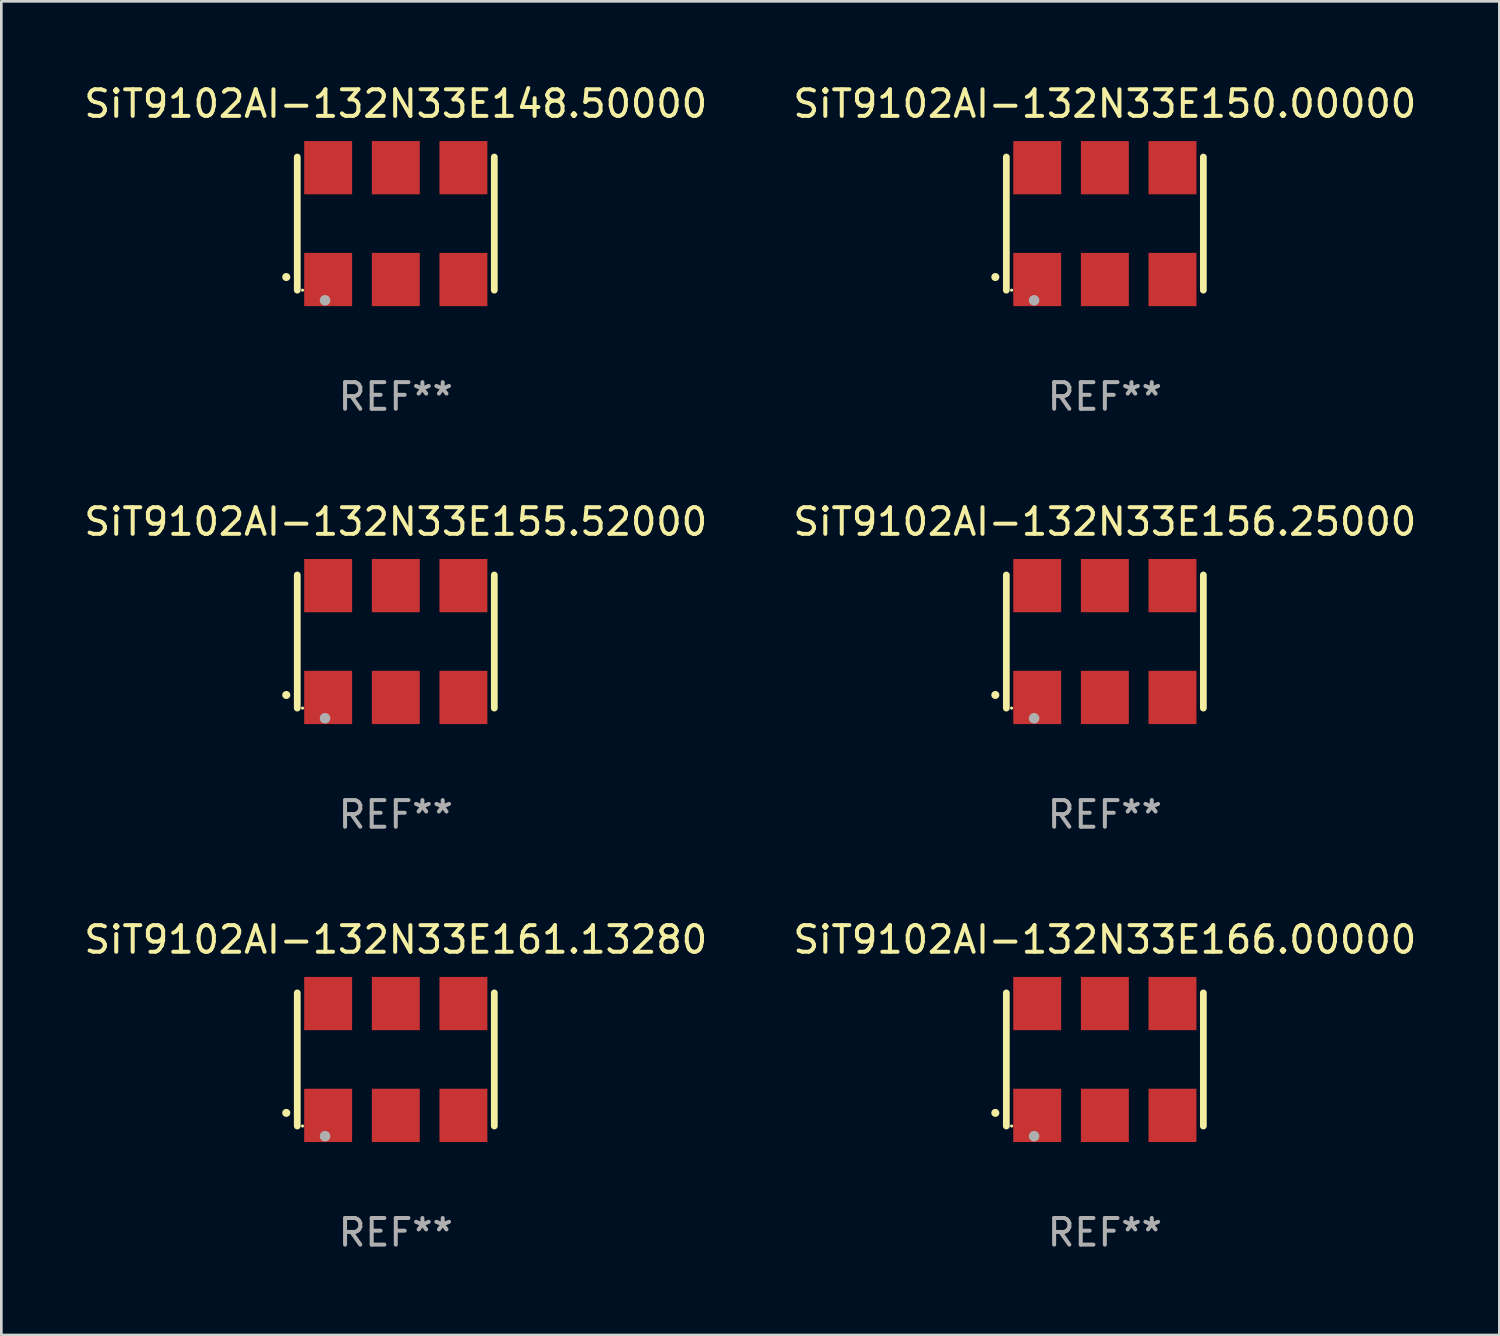
<source format=kicad_pcb>
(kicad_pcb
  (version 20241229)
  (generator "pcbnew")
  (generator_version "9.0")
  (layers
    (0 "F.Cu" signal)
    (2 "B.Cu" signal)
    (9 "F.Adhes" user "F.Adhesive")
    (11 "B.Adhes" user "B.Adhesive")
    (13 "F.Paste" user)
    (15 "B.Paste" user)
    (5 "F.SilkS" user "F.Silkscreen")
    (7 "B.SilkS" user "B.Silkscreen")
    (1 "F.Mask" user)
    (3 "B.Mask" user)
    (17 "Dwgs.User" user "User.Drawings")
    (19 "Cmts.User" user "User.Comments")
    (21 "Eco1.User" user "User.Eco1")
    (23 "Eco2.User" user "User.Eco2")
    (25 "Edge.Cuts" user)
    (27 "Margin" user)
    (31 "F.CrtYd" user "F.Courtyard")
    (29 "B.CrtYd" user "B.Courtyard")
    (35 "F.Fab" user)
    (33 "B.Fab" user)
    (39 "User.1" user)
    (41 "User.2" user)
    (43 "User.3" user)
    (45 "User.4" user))
  (footprint "SiT9102AI-132N33E166.00000"
    (layer "F.Cu")
    (at 38.446 36.741)
    (property "Reference" "SiT9102AI-132N33E166.00000" (at 0 -4.5 0) (layer "F.SilkS") (effects (font (size 1 1) (thickness 0.15))))
    (attr through_hole)
    (fp_line (start -3.7 -2.5) (end -3.7 2.5) (stroke (width 0.254) (type solid)) (layer "F.SilkS"))
    (fp_line (start 3.7 -2.5) (end 3.7 2.5) (stroke (width 0.254) (type solid)) (layer "F.SilkS"))
    (fp_arc (start -4.114415 2.006604) (mid -4.113145 2.006599) (end -4.111875 2.006604) (stroke (width 0.3) (type solid)) (layer "F.SilkS"))
    (fp_circle (center -3.502 2.5) (end -3.472 2.5) (stroke (width 0.06) (type solid)) (fill no) (layer "F.SilkS"))
    (fp_circle (center -2.657 2.882) (end -2.557 2.882) (stroke (width 0.2) (type solid)) (fill no) (layer "F.Fab"))
    (fp_text user "REF**" (at 0 6.5 0) (layer "F.Fab") (effects (font (size 1 1) (thickness 0.15))))
    (pad "1" smd rect (at -2.54 2.1) (size 1.8 2) (layers "F.Cu" "F.Mask" "F.Paste"))
    (pad "2" smd rect (at 0.000394 2.1) (size 1.8 2) (layers "F.Cu" "F.Mask" "F.Paste"))
    (pad "3" smd rect (at 2.54 2.1) (size 1.8 2) (layers "F.Cu" "F.Mask" "F.Paste"))
    (pad "4" smd rect (at 2.54 -2.1) (size 1.8 2) (layers "F.Cu" "F.Mask" "F.Paste"))
    (pad "5" smd rect (at 0.000394 -2.1) (size 1.8 2) (layers "F.Cu" "F.Mask" "F.Paste"))
    (pad "6" smd rect (at -2.54 -2.1) (size 1.8 2) (layers "F.Cu" "F.Mask" "F.Paste")))
  (footprint "SiT9102AI-132N33E161.13280"
    (layer "F.Cu")
    (at 11.815 36.741)
    (property "Reference" "SiT9102AI-132N33E161.13280" (at 0 -4.5 0) (layer "F.SilkS") (effects (font (size 1 1) (thickness 0.15))))
    (attr through_hole)
    (fp_line (start -3.7 -2.5) (end -3.7 2.5) (stroke (width 0.254) (type solid)) (layer "F.SilkS"))
    (fp_line (start 3.7 -2.5) (end 3.7 2.5) (stroke (width 0.254) (type solid)) (layer "F.SilkS"))
    (fp_arc (start -4.114415 2.006604) (mid -4.113145 2.006599) (end -4.111875 2.006604) (stroke (width 0.3) (type solid)) (layer "F.SilkS"))
    (fp_circle (center -3.502 2.5) (end -3.472 2.5) (stroke (width 0.06) (type solid)) (fill no) (layer "F.SilkS"))
    (fp_circle (center -2.657 2.882) (end -2.557 2.882) (stroke (width 0.2) (type solid)) (fill no) (layer "F.Fab"))
    (fp_text user "REF**" (at 0 6.5 0) (layer "F.Fab") (effects (font (size 1 1) (thickness 0.15))))
    (pad "1" smd rect (at -2.54 2.1) (size 1.8 2) (layers "F.Cu" "F.Mask" "F.Paste"))
    (pad "2" smd rect (at 0.000394 2.1) (size 1.8 2) (layers "F.Cu" "F.Mask" "F.Paste"))
    (pad "3" smd rect (at 2.54 2.1) (size 1.8 2) (layers "F.Cu" "F.Mask" "F.Paste"))
    (pad "4" smd rect (at 2.54 -2.1) (size 1.8 2) (layers "F.Cu" "F.Mask" "F.Paste"))
    (pad "5" smd rect (at 0.000394 -2.1) (size 1.8 2) (layers "F.Cu" "F.Mask" "F.Paste"))
    (pad "6" smd rect (at -2.54 -2.1) (size 1.8 2) (layers "F.Cu" "F.Mask" "F.Paste")))
  (footprint "SiT9102AI-132N33E155.52000"
    (layer "F.Cu")
    (at 11.815 21.045)
    (property "Reference" "SiT9102AI-132N33E155.52000" (at 0 -4.5 0) (layer "F.SilkS") (effects (font (size 1 1) (thickness 0.15))))
    (attr through_hole)
    (fp_line (start -3.7 -2.5) (end -3.7 2.5) (stroke (width 0.254) (type solid)) (layer "F.SilkS"))
    (fp_line (start 3.7 -2.5) (end 3.7 2.5) (stroke (width 0.254) (type solid)) (layer "F.SilkS"))
    (fp_arc (start -4.114415 2.006604) (mid -4.113145 2.006599) (end -4.111875 2.006604) (stroke (width 0.3) (type solid)) (layer "F.SilkS"))
    (fp_circle (center -3.502 2.5) (end -3.472 2.5) (stroke (width 0.06) (type solid)) (fill no) (layer "F.SilkS"))
    (fp_circle (center -2.657 2.882) (end -2.557 2.882) (stroke (width 0.2) (type solid)) (fill no) (layer "F.Fab"))
    (fp_text user "REF**" (at 0 6.5 0) (layer "F.Fab") (effects (font (size 1 1) (thickness 0.15))))
    (pad "1" smd rect (at -2.54 2.1) (size 1.8 2) (layers "F.Cu" "F.Mask" "F.Paste"))
    (pad "2" smd rect (at 0.000394 2.1) (size 1.8 2) (layers "F.Cu" "F.Mask" "F.Paste"))
    (pad "3" smd rect (at 2.54 2.1) (size 1.8 2) (layers "F.Cu" "F.Mask" "F.Paste"))
    (pad "4" smd rect (at 2.54 -2.1) (size 1.8 2) (layers "F.Cu" "F.Mask" "F.Paste"))
    (pad "5" smd rect (at 0.000394 -2.1) (size 1.8 2) (layers "F.Cu" "F.Mask" "F.Paste"))
    (pad "6" smd rect (at -2.54 -2.1) (size 1.8 2) (layers "F.Cu" "F.Mask" "F.Paste")))
  (footprint "SiT9102AI-132N33E148.50000"
    (layer "F.Cu")
    (at 11.815 5.348)
    (property "Reference" "SiT9102AI-132N33E148.50000" (at 0 -4.5 0) (layer "F.SilkS") (effects (font (size 1 1) (thickness 0.15))))
    (attr through_hole)
    (fp_line (start -3.7 -2.5) (end -3.7 2.5) (stroke (width 0.254) (type solid)) (layer "F.SilkS"))
    (fp_line (start 3.7 -2.5) (end 3.7 2.5) (stroke (width 0.254) (type solid)) (layer "F.SilkS"))
    (fp_arc (start -4.114415 2.006604) (mid -4.113145 2.006599) (end -4.111875 2.006604) (stroke (width 0.3) (type solid)) (layer "F.SilkS"))
    (fp_circle (center -3.502 2.5) (end -3.472 2.5) (stroke (width 0.06) (type solid)) (fill no) (layer "F.SilkS"))
    (fp_circle (center -2.657 2.882) (end -2.557 2.882) (stroke (width 0.2) (type solid)) (fill no) (layer "F.Fab"))
    (fp_text user "REF**" (at 0 6.5 0) (layer "F.Fab") (effects (font (size 1 1) (thickness 0.15))))
    (pad "1" smd rect (at -2.54 2.1) (size 1.8 2) (layers "F.Cu" "F.Mask" "F.Paste"))
    (pad "2" smd rect (at 0.000394 2.1) (size 1.8 2) (layers "F.Cu" "F.Mask" "F.Paste"))
    (pad "3" smd rect (at 2.54 2.1) (size 1.8 2) (layers "F.Cu" "F.Mask" "F.Paste"))
    (pad "4" smd rect (at 2.54 -2.1) (size 1.8 2) (layers "F.Cu" "F.Mask" "F.Paste"))
    (pad "5" smd rect (at 0.000394 -2.1) (size 1.8 2) (layers "F.Cu" "F.Mask" "F.Paste"))
    (pad "6" smd rect (at -2.54 -2.1) (size 1.8 2) (layers "F.Cu" "F.Mask" "F.Paste")))
  (footprint "SiT9102AI-132N33E150.00000"
    (layer "F.Cu")
    (at 38.446 5.348)
    (property "Reference" "SiT9102AI-132N33E150.00000" (at 0 -4.5 0) (layer "F.SilkS") (effects (font (size 1 1) (thickness 0.15))))
    (attr through_hole)
    (fp_line (start -3.7 -2.5) (end -3.7 2.5) (stroke (width 0.254) (type solid)) (layer "F.SilkS"))
    (fp_line (start 3.7 -2.5) (end 3.7 2.5) (stroke (width 0.254) (type solid)) (layer "F.SilkS"))
    (fp_arc (start -4.114415 2.006604) (mid -4.113145 2.006599) (end -4.111875 2.006604) (stroke (width 0.3) (type solid)) (layer "F.SilkS"))
    (fp_circle (center -3.502 2.5) (end -3.472 2.5) (stroke (width 0.06) (type solid)) (fill no) (layer "F.SilkS"))
    (fp_circle (center -2.657 2.882) (end -2.557 2.882) (stroke (width 0.2) (type solid)) (fill no) (layer "F.Fab"))
    (fp_text user "REF**" (at 0 6.5 0) (layer "F.Fab") (effects (font (size 1 1) (thickness 0.15))))
    (pad "1" smd rect (at -2.54 2.1) (size 1.8 2) (layers "F.Cu" "F.Mask" "F.Paste"))
    (pad "2" smd rect (at 0.000394 2.1) (size 1.8 2) (layers "F.Cu" "F.Mask" "F.Paste"))
    (pad "3" smd rect (at 2.54 2.1) (size 1.8 2) (layers "F.Cu" "F.Mask" "F.Paste"))
    (pad "4" smd rect (at 2.54 -2.1) (size 1.8 2) (layers "F.Cu" "F.Mask" "F.Paste"))
    (pad "5" smd rect (at 0.000394 -2.1) (size 1.8 2) (layers "F.Cu" "F.Mask" "F.Paste"))
    (pad "6" smd rect (at -2.54 -2.1) (size 1.8 2) (layers "F.Cu" "F.Mask" "F.Paste")))
  (footprint "SiT9102AI-132N33E156.25000"
    (layer "F.Cu")
    (at 38.446 21.045)
    (property "Reference" "SiT9102AI-132N33E156.25000" (at 0 -4.5 0) (layer "F.SilkS") (effects (font (size 1 1) (thickness 0.15))))
    (attr through_hole)
    (fp_line (start -3.7 -2.5) (end -3.7 2.5) (stroke (width 0.254) (type solid)) (layer "F.SilkS"))
    (fp_line (start 3.7 -2.5) (end 3.7 2.5) (stroke (width 0.254) (type solid)) (layer "F.SilkS"))
    (fp_arc (start -4.114415 2.006604) (mid -4.113145 2.006599) (end -4.111875 2.006604) (stroke (width 0.3) (type solid)) (layer "F.SilkS"))
    (fp_circle (center -3.502 2.5) (end -3.472 2.5) (stroke (width 0.06) (type solid)) (fill no) (layer "F.SilkS"))
    (fp_circle (center -2.657 2.882) (end -2.557 2.882) (stroke (width 0.2) (type solid)) (fill no) (layer "F.Fab"))
    (fp_text user "REF**" (at 0 6.5 0) (layer "F.Fab") (effects (font (size 1 1) (thickness 0.15))))
    (pad "1" smd rect (at -2.54 2.1) (size 1.8 2) (layers "F.Cu" "F.Mask" "F.Paste"))
    (pad "2" smd rect (at 0.000394 2.1) (size 1.8 2) (layers "F.Cu" "F.Mask" "F.Paste"))
    (pad "3" smd rect (at 2.54 2.1) (size 1.8 2) (layers "F.Cu" "F.Mask" "F.Paste"))
    (pad "4" smd rect (at 2.54 -2.1) (size 1.8 2) (layers "F.Cu" "F.Mask" "F.Paste"))
    (pad "5" smd rect (at 0.000394 -2.1) (size 1.8 2) (layers "F.Cu" "F.Mask" "F.Paste"))
    (pad "6" smd rect (at -2.54 -2.1) (size 1.8 2) (layers "F.Cu" "F.Mask" "F.Paste")))
  (gr_rect
    (start -3 -3)
    (end 53.262 47.09)
    (stroke (width 0.1) (type default))
    (fill no)
    (layer "Edge.Cuts")))
</source>
